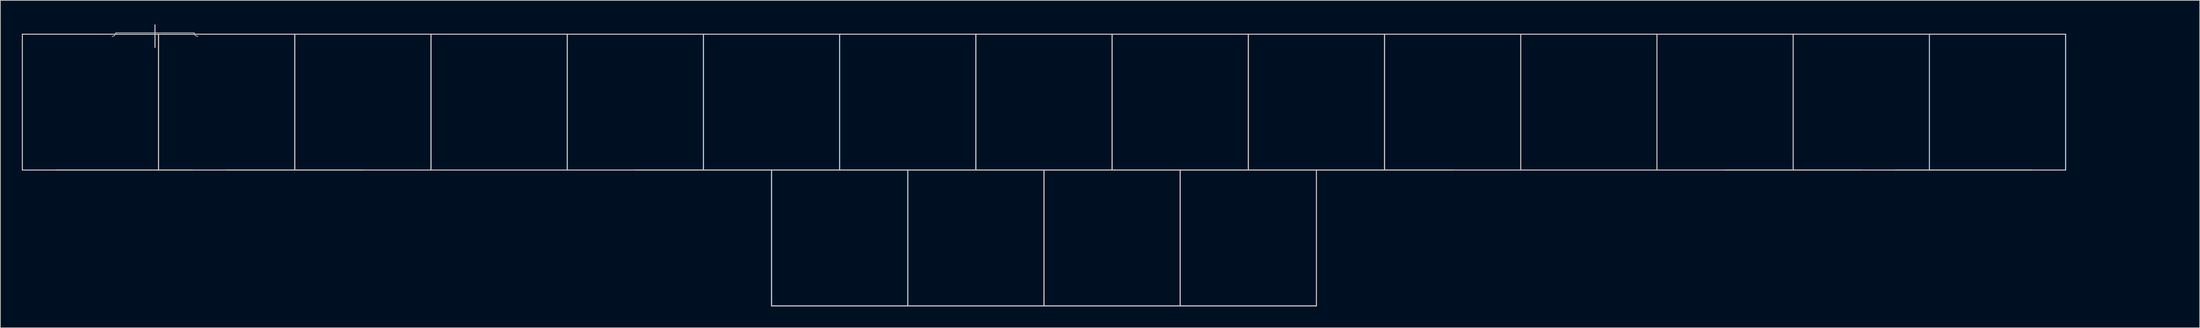
<source format=kicad_pcb>
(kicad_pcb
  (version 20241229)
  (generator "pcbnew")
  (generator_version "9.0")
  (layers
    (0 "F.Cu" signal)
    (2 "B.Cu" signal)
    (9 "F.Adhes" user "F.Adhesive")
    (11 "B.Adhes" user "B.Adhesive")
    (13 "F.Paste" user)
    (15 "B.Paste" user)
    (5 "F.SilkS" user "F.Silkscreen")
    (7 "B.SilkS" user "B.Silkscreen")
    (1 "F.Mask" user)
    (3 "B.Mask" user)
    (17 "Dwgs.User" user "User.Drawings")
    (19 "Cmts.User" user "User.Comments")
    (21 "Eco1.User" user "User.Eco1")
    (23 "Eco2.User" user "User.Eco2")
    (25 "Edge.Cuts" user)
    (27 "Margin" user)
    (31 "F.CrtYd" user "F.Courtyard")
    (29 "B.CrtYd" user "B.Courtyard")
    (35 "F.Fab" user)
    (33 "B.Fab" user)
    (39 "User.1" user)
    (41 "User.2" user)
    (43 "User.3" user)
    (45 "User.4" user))
  (footprint "60_Outline-Sandy-Top-NoSwImage-WithHole2-ECO1"
    (layer "F.Cu")
    (at 142.95 20.798)
    (property "Reference" "60_Outline-Sandy-Top-NoSwImage-WithHole2-ECO1" (at 138.075 -19.95 0) (layer "Eco1.User") (effects (font (size 1 1) (thickness 0.15))))
    (attr through_hole)
    (fp_line (start -142.875 -19.05) (end -123.825 -19.05) (stroke (width 0.15) (type solid)) (layer "Dwgs.User"))
    (fp_line (start -142.875 0) (end -142.875 -19.05) (stroke (width 0.15) (type solid)) (layer "Dwgs.User"))
    (fp_line (start -138.113 0) (end -119.062 0) (stroke (width 0.15) (type solid)) (layer "Dwgs.User"))
    (fp_line (start -129.825 -19.25) (end -118.825 -19.25) (stroke (width 0.1) (type solid)) (layer "Dwgs.User"))
    (fp_line (start -124.325 -20.35) (end -124.325 -17.2) (stroke (width 0.15) (type solid)) (layer "Dwgs.User"))
    (fp_line (start -123.825 -19.05) (end -123.825 0) (stroke (width 0.15) (type solid)) (layer "Dwgs.User"))
    (fp_line (start -123.825 -19.05) (end -104.775 -19.05) (stroke (width 0.15) (type solid)) (layer "Dwgs.User"))
    (fp_line (start -123.825 0) (end -142.875 0) (stroke (width 0.15) (type solid)) (layer "Dwgs.User"))
    (fp_line (start -123.825 0) (end -123.825 -19.05) (stroke (width 0.15) (type solid)) (layer "Dwgs.User"))
    (fp_line (start -114.3 0) (end -95.25 0) (stroke (width 0.15) (type solid)) (layer "Dwgs.User"))
    (fp_line (start -104.775 -19.05) (end -104.775 0) (stroke (width 0.15) (type solid)) (layer "Dwgs.User"))
    (fp_line (start -104.775 -19.05) (end -85.725 -19.05) (stroke (width 0.15) (type solid)) (layer "Dwgs.User"))
    (fp_line (start -104.775 0) (end -123.825 0) (stroke (width 0.15) (type solid)) (layer "Dwgs.User"))
    (fp_line (start -104.775 0) (end -104.775 -19.05) (stroke (width 0.15) (type solid)) (layer "Dwgs.User"))
    (fp_line (start -85.725 -19.05) (end -85.725 0) (stroke (width 0.15) (type solid)) (layer "Dwgs.User"))
    (fp_line (start -85.725 -19.05) (end -66.675 -19.05) (stroke (width 0.15) (type solid)) (layer "Dwgs.User"))
    (fp_line (start -85.725 0) (end -104.775 0) (stroke (width 0.15) (type solid)) (layer "Dwgs.User"))
    (fp_line (start -85.725 0) (end -85.725 -19.05) (stroke (width 0.15) (type solid)) (layer "Dwgs.User"))
    (fp_line (start -66.675 -19.05) (end -66.675 0) (stroke (width 0.15) (type solid)) (layer "Dwgs.User"))
    (fp_line (start -66.675 -19.05) (end -47.625 -19.05) (stroke (width 0.15) (type solid)) (layer "Dwgs.User"))
    (fp_line (start -66.675 0) (end -85.725 0) (stroke (width 0.15) (type solid)) (layer "Dwgs.User"))
    (fp_line (start -66.675 0) (end -66.675 -19.05) (stroke (width 0.15) (type solid)) (layer "Dwgs.User"))
    (fp_line (start -57.15 0) (end -38.1 0) (stroke (width 0.15) (type solid)) (layer "Dwgs.User"))
    (fp_line (start -47.625 -19.05) (end -47.625 0) (stroke (width 0.15) (type solid)) (layer "Dwgs.User"))
    (fp_line (start -47.625 -19.05) (end -28.575 -19.05) (stroke (width 0.15) (type solid)) (layer "Dwgs.User"))
    (fp_line (start -47.625 0) (end -66.675 0) (stroke (width 0.15) (type solid)) (layer "Dwgs.User"))
    (fp_line (start -47.625 0) (end -47.625 -19.05) (stroke (width 0.15) (type solid)) (layer "Dwgs.User"))
    (fp_line (start -38.1 0) (end -38.1 19.05) (stroke (width 0.15) (type solid)) (layer "Dwgs.User"))
    (fp_line (start -38.1 0) (end -19.05 0) (stroke (width 0.15) (type solid)) (layer "Dwgs.User"))
    (fp_line (start -38.1 19.05) (end -38.1 0) (stroke (width 0.15) (type solid)) (layer "Dwgs.User"))
    (fp_line (start -38.1 19.05) (end -19.05 19.05) (stroke (width 0.15) (type solid)) (layer "Dwgs.User"))
    (fp_line (start -28.575 -19.05) (end -28.575 0) (stroke (width 0.15) (type solid)) (layer "Dwgs.User"))
    (fp_line (start -28.575 -19.05) (end -9.525 -19.05) (stroke (width 0.15) (type solid)) (layer "Dwgs.User"))
    (fp_line (start -28.575 0) (end -47.625 0) (stroke (width 0.15) (type solid)) (layer "Dwgs.User"))
    (fp_line (start -28.575 0) (end -28.575 -19.05) (stroke (width 0.15) (type solid)) (layer "Dwgs.User"))
    (fp_line (start -19.05 0) (end -19.05 19.05) (stroke (width 0.15) (type solid)) (layer "Dwgs.User"))
    (fp_line (start -19.05 0) (end 0 0) (stroke (width 0.15) (type solid)) (layer "Dwgs.User"))
    (fp_line (start -19.05 19.05) (end -38.1 19.05) (stroke (width 0.15) (type solid)) (layer "Dwgs.User"))
    (fp_line (start -19.05 19.05) (end -19.05 0) (stroke (width 0.15) (type solid)) (layer "Dwgs.User"))
    (fp_line (start -19.05 19.05) (end 0 19.05) (stroke (width 0.15) (type solid)) (layer "Dwgs.User"))
    (fp_line (start -9.525 -19.05) (end -9.525 0) (stroke (width 0.15) (type solid)) (layer "Dwgs.User"))
    (fp_line (start -9.525 -19.05) (end 9.525 -19.05) (stroke (width 0.15) (type solid)) (layer "Dwgs.User"))
    (fp_line (start -9.525 0) (end -28.575 0) (stroke (width 0.15) (type solid)) (layer "Dwgs.User"))
    (fp_line (start -9.525 0) (end -9.525 -19.05) (stroke (width 0.15) (type solid)) (layer "Dwgs.User"))
    (fp_line (start 0 0) (end 0 19.05) (stroke (width 0.15) (type solid)) (layer "Dwgs.User"))
    (fp_line (start 0 0) (end 19.05 0) (stroke (width 0.15) (type solid)) (layer "Dwgs.User"))
    (fp_line (start 0 19.05) (end -19.05 19.05) (stroke (width 0.15) (type solid)) (layer "Dwgs.User"))
    (fp_line (start 0 19.05) (end 0 0) (stroke (width 0.15) (type solid)) (layer "Dwgs.User"))
    (fp_line (start 0 19.05) (end 19.05 19.05) (stroke (width 0.15) (type solid)) (layer "Dwgs.User"))
    (fp_line (start 9.525 -19.05) (end 9.525 0) (stroke (width 0.15) (type solid)) (layer "Dwgs.User"))
    (fp_line (start 9.525 -19.05) (end 28.575 -19.05) (stroke (width 0.15) (type solid)) (layer "Dwgs.User"))
    (fp_line (start 9.525 0) (end -9.525 0) (stroke (width 0.15) (type solid)) (layer "Dwgs.User"))
    (fp_line (start 9.525 0) (end 9.525 -19.05) (stroke (width 0.15) (type solid)) (layer "Dwgs.User"))
    (fp_line (start 19.05 0) (end 19.05 19.05) (stroke (width 0.15) (type solid)) (layer "Dwgs.User"))
    (fp_line (start 19.05 0) (end 38.1 0) (stroke (width 0.15) (type solid)) (layer "Dwgs.User"))
    (fp_line (start 19.05 19.05) (end 0 19.05) (stroke (width 0.15) (type solid)) (layer "Dwgs.User"))
    (fp_line (start 19.05 19.05) (end 19.05 0) (stroke (width 0.15) (type solid)) (layer "Dwgs.User"))
    (fp_line (start 19.05 19.05) (end 38.1 19.05) (stroke (width 0.15) (type solid)) (layer "Dwgs.User"))
    (fp_line (start 28.575 -19.05) (end 28.575 0) (stroke (width 0.15) (type solid)) (layer "Dwgs.User"))
    (fp_line (start 28.575 -19.05) (end 47.625 -19.05) (stroke (width 0.15) (type solid)) (layer "Dwgs.User"))
    (fp_line (start 28.575 0) (end 9.525 0) (stroke (width 0.15) (type solid)) (layer "Dwgs.User"))
    (fp_line (start 28.575 0) (end 28.575 -19.05) (stroke (width 0.15) (type solid)) (layer "Dwgs.User"))
    (fp_line (start 38.1 0) (end 38.1 19.05) (stroke (width 0.15) (type solid)) (layer "Dwgs.User"))
    (fp_line (start 38.1 0) (end 57.15 0) (stroke (width 0.15) (type solid)) (layer "Dwgs.User"))
    (fp_line (start 38.1 19.05) (end 19.05 19.05) (stroke (width 0.15) (type solid)) (layer "Dwgs.User"))
    (fp_line (start 47.625 -19.05) (end 47.625 0) (stroke (width 0.15) (type solid)) (layer "Dwgs.User"))
    (fp_line (start 47.625 -19.05) (end 66.675 -19.05) (stroke (width 0.15) (type solid)) (layer "Dwgs.User"))
    (fp_line (start 47.625 0) (end 28.575 0) (stroke (width 0.15) (type solid)) (layer "Dwgs.User"))
    (fp_line (start 47.625 0) (end 47.625 -19.05) (stroke (width 0.15) (type solid)) (layer "Dwgs.User"))
    (fp_line (start 66.675 -19.05) (end 66.675 0) (stroke (width 0.15) (type solid)) (layer "Dwgs.User"))
    (fp_line (start 66.675 -19.05) (end 85.725 -19.05) (stroke (width 0.15) (type solid)) (layer "Dwgs.User"))
    (fp_line (start 66.675 0) (end 47.625 0) (stroke (width 0.15) (type solid)) (layer "Dwgs.User"))
    (fp_line (start 85.725 -19.05) (end 104.775 -19.05) (stroke (width 0.15) (type solid)) (layer "Dwgs.User"))
    (fp_line (start 85.725 0) (end 66.675 0) (stroke (width 0.15) (type solid)) (layer "Dwgs.User"))
    (fp_line (start 85.725 0) (end 85.725 -19.05) (stroke (width 0.15) (type solid)) (layer "Dwgs.User"))
    (fp_line (start 95.25 0) (end 114.3 0) (stroke (width 0.15) (type solid)) (layer "Dwgs.User"))
    (fp_line (start 104.775 -19.05) (end 104.775 0) (stroke (width 0.15) (type solid)) (layer "Dwgs.User"))
    (fp_line (start 104.775 -19.05) (end 123.825 -19.05) (stroke (width 0.15) (type solid)) (layer "Dwgs.User"))
    (fp_line (start 104.775 0) (end 85.725 0) (stroke (width 0.15) (type solid)) (layer "Dwgs.User"))
    (fp_line (start 119.062 0) (end 138.113 0) (stroke (width 0.15) (type solid)) (layer "Dwgs.User"))
    (fp_line (start 123.825 -19.05) (end 123.825 0) (stroke (width 0.15) (type solid)) (layer "Dwgs.User"))
    (fp_line (start 123.825 -19.05) (end 142.875 -19.05) (stroke (width 0.15) (type solid)) (layer "Dwgs.User"))
    (fp_line (start 123.825 0) (end 104.775 0) (stroke (width 0.15) (type solid)) (layer "Dwgs.User"))
    (fp_line (start 142.875 -19.05) (end 142.875 0) (stroke (width 0.15) (type solid)) (layer "Dwgs.User"))
    (fp_line (start 142.875 -19.05) (end 142.875 0) (stroke (width 0.15) (type solid)) (layer "Dwgs.User"))
    (fp_line (start 142.875 0) (end 123.825 0) (stroke (width 0.15) (type solid)) (layer "Dwgs.User"))
    (fp_arc (start -129.825 -19.25004) (mid -129.971447 -18.896487) (end -130.325 -18.75004) (stroke (width 0.1) (type solid)) (layer "Dwgs.User"))
    (fp_arc (start -118.325 -18.75004) (mid -118.678553 -18.896487) (end -118.825 -19.25004) (stroke (width 0.1) (type solid)) (layer "Dwgs.User"))
    (fp_line (start -142.511 -2.814) (end -142.525 -16.75) (stroke (width 0.3) (type solid)) (layer "Eco1.User"))
    (fp_line (start -140.511 -0.814) (end -39.475 -0.825) (stroke (width 0.3) (type solid)) (layer "Eco1.User"))
    (fp_line (start -51.925 -18.75) (end -140.525 -18.75) (stroke (width 0.3) (type solid)) (layer "Eco1.User"))
    (fp_line (start -49.925 -14.05) (end -49.925 -16.75) (stroke (width 0.12) (type solid)) (layer "Eco1.User"))
    (fp_line (start -47.925 -12.05) (end -46.925 -12.05) (stroke (width 0.12) (type solid)) (layer "Eco1.User"))
    (fp_line (start -44.925 -16.75) (end -44.925 -14.05) (stroke (width 0.12) (type solid)) (layer "Eco1.User"))
    (fp_line (start -37.471 16.25) (end -37.471 1.175) (stroke (width 0.3) (type solid)) (layer "Eco1.User"))
    (fp_line (start -35.471 18.25) (end 35.375 18.25) (stroke (width 0.3) (type solid)) (layer "Eco1.User"))
    (fp_line (start 37.375 16.25) (end 37.375 1.175) (stroke (width 0.3) (type solid)) (layer "Eco1.User"))
    (fp_line (start 39.375 -0.825) (end 140.475 -0.814) (stroke (width 0.3) (type solid)) (layer "Eco1.User"))
    (fp_line (start 43.375 -18.75) (end -42.925 -18.75) (stroke (width 0.3) (type solid)) (layer "Eco1.User"))
    (fp_line (start 45.375 -14.05) (end 45.375 -16.75) (stroke (width 0.12) (type solid)) (layer "Eco1.User"))
    (fp_line (start 47.375 -12.05) (end 48.375 -12.05) (stroke (width 0.12) (type solid)) (layer "Eco1.User"))
    (fp_line (start 50.375 -16.75) (end 50.375 -14.05) (stroke (width 0.12) (type solid)) (layer "Eco1.User"))
    (fp_line (start 140.475 -18.75) (end 52.375 -18.75) (stroke (width 0.3) (type solid)) (layer "Eco1.User"))
    (fp_line (start 142.475 -2.814) (end 142.475 -16.75) (stroke (width 0.3) (type solid)) (layer "Eco1.User"))
    (fp_arc (start -142.525 -16.75004) (mid -141.939214 -18.164254) (end -140.525 -18.75004) (stroke (width 0.3) (type solid)) (layer "Eco1.User"))
    (fp_arc (start -140.510786 -0.814254) (mid -141.925 -1.40004) (end -142.510786 -2.814254) (stroke (width 0.3) (type solid)) (layer "Eco1.User"))
    (fp_arc (start -51.925001 -18.750041) (mid -50.510787 -18.164255) (end -49.925001 -16.750041) (stroke (width 0.3) (type solid)) (layer "Eco1.User"))
    (fp_arc (start -47.925001 -12.05004) (mid -49.339214 -12.635827) (end -49.925001 -14.05004) (stroke (width 0.3) (type solid)) (layer "Eco1.User"))
    (fp_arc (start -44.925 -16.75004) (mid -44.339214 -18.164254) (end -42.925 -18.75004) (stroke (width 0.3) (type solid)) (layer "Eco1.User"))
    (fp_arc (start -44.925 -14.05004) (mid -45.510786 -12.635826) (end -46.925 -12.05004) (stroke (width 0.3) (type solid)) (layer "Eco1.User"))
    (fp_arc (start -39.470786 -0.82504) (mid -38.056572 -0.239254) (end -37.470786 1.17496) (stroke (width 0.3) (type solid)) (layer "Eco1.User"))
    (fp_arc (start -35.470786 18.24996) (mid -36.885 17.664174) (end -37.470786 16.24996) (stroke (width 0.3) (type solid)) (layer "Eco1.User"))
    (fp_arc (start 37.375 1.17496) (mid 37.960786 -0.239254) (end 39.375 -0.82504) (stroke (width 0.3) (type solid)) (layer "Eco1.User"))
    (fp_arc (start 37.375 16.24996) (mid 36.789214 17.664174) (end 35.375 18.24996) (stroke (width 0.3) (type solid)) (layer "Eco1.User"))
    (fp_arc (start 43.375 -18.75004) (mid 44.789214 -18.164254) (end 45.375 -16.75004) (stroke (width 0.3) (type solid)) (layer "Eco1.User"))
    (fp_arc (start 47.375 -12.05004) (mid 45.960786 -12.635826) (end 45.375 -14.05004) (stroke (width 0.3) (type solid)) (layer "Eco1.User"))
    (fp_arc (start 50.375001 -16.750039) (mid 50.960787 -18.164253) (end 52.375001 -18.750039) (stroke (width 0.3) (type solid)) (layer "Eco1.User"))
    (fp_arc (start 50.375001 -14.05004) (mid 49.789215 -12.635826) (end 48.375001 -12.05004) (stroke (width 0.3) (type solid)) (layer "Eco1.User"))
    (fp_arc (start 140.475 -18.75004) (mid 141.889214 -18.164254) (end 142.475 -16.75004) (stroke (width 0.3) (type solid)) (layer "Eco1.User"))
    (fp_arc (start 142.475 -2.814254) (mid 141.889183 -1.400096) (end 140.475 -0.814254) (stroke (width 0.3) (type solid)) (layer "Eco1.User"))
    (fp_circle (center -47.625 -14.5) (end -45.425 -14.5) (stroke (width 0.15) (type solid)) (fill no) (layer "Eco1.User"))
    (fp_circle (center 47.625 -14.5) (end 49.825 -14.5) (stroke (width 0.15) (type solid)) (fill no) (layer "Eco1.User")))
  (gr_rect
    (start -3 -3)
    (end 304.579 42.923)
    (stroke (width 0.1) (type default))
    (fill no)
    (layer "Edge.Cuts")))
</source>
